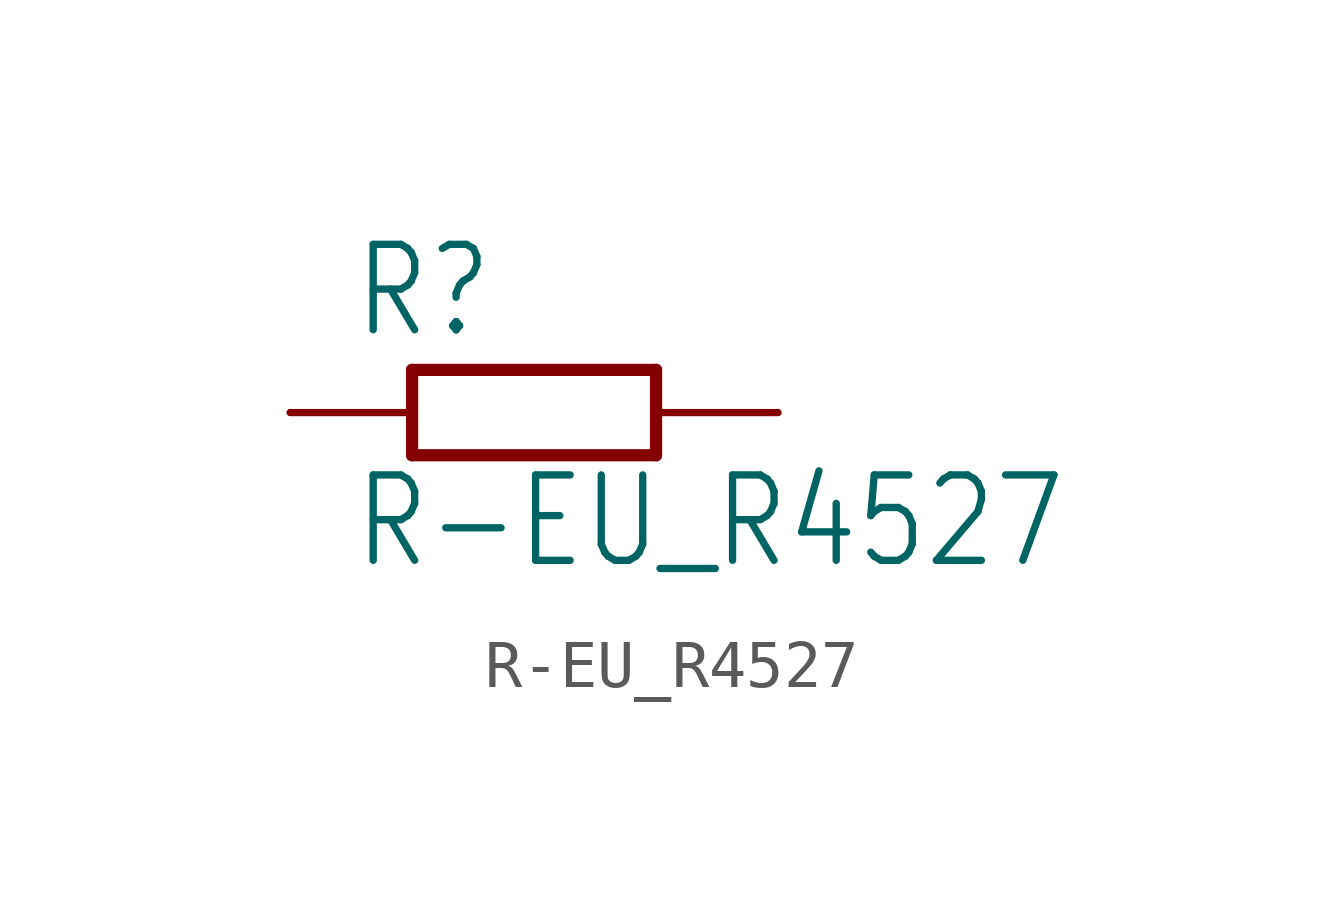
<source format=kicad_sym>
(kicad_symbol_lib
  (version 20231120)
  (generator "kicad_symbol_editor")
  (generator_version "8.0")
  (symbol "R-EU_R4527"
    (property "Reference" "R"
      (at -3.81 1.499 0)
      (effects (font (size 1.778 1.511)) (justify left bottom)))
    (property "Value" "R-EU_R4527"
      (at -3.81 -3.302 0)
      (effects (font (size 1.778 1.511)) (justify left bottom)))
    (property "ki_locked" ""
      (at 0 0 0)
      (effects (font (size 1.27 1.27))))
    (symbol "R-EU_R4527_1_0"
      (polyline (pts (xy -2.54 -0.889) (xy -2.54 0.889)) (stroke (width 0.254) (type default)) (fill (type none)))
      (polyline (pts (xy -2.54 -0.889) (xy 2.54 -0.889)) (stroke (width 0.254) (type default)) (fill (type none)))
      (polyline (pts (xy 2.54 -0.889) (xy 2.54 0.889)) (stroke (width 0.254) (type default)) (fill (type none)))
      (polyline (pts (xy 2.54 0.889) (xy -2.54 0.889)) (stroke (width 0.254) (type default)) (fill (type none)))
      (pin passive line (at -5.08 0 0) (length 2.54) (name "1" (effects (font (size 0 0)))) (number "1" (effects (font (size 0 0)))))
      (pin passive line (at 5.08 0 180) (length 2.54) (name "2" (effects (font (size 0 0)))) (number "2" (effects (font (size 0 0))))))))
</source>
